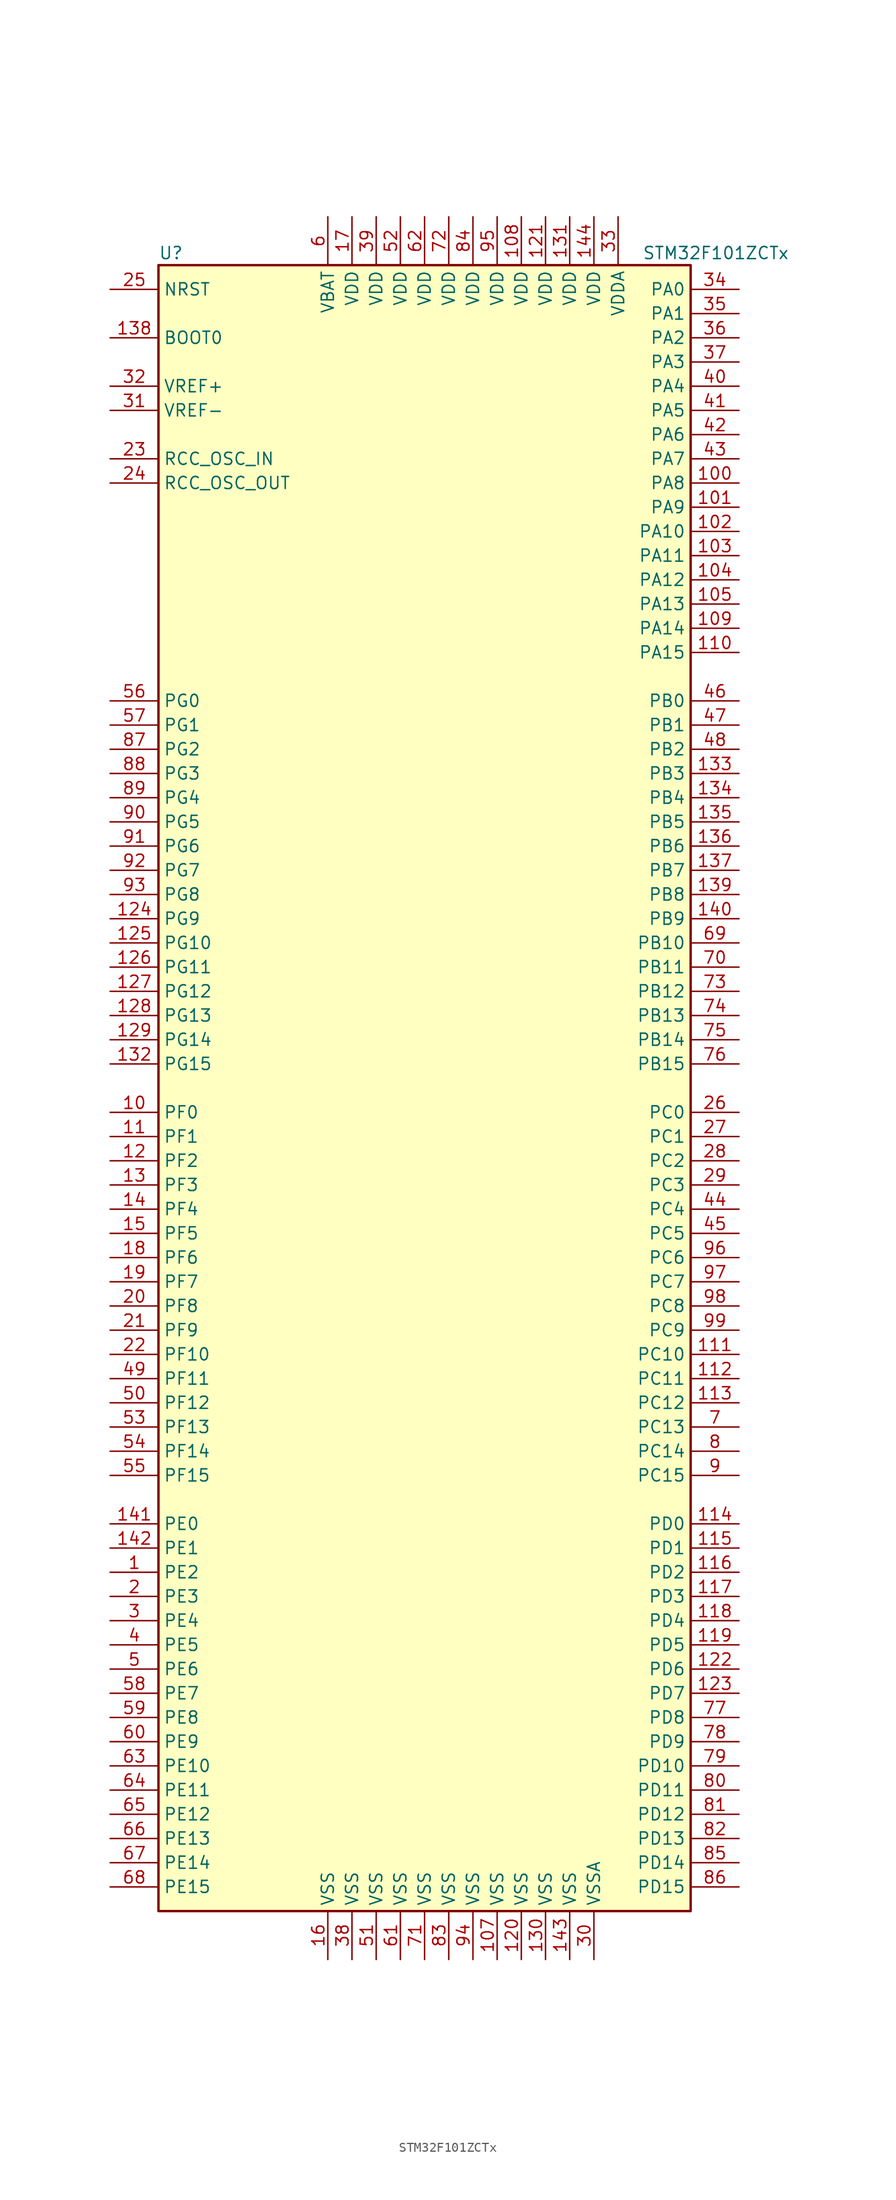
<source format=kicad_sym>
(kicad_symbol_lib
  (version 20211014)
  (generator kicad_symbol_editor)
  (symbol "STM32F101ZCTx"
    (property "Reference" "U"
      (at -27.94 87.63 0)
      (effects (font (size 1.27 1.27)) (justify left)))
    (property "Value" "STM32F101ZCTx"
      (at 22.86 87.63 0)
      (effects (font (size 1.27 1.27)) (justify left)))
    (symbol "STM32F101ZCTx_0_1"
      (rectangle (start -27.94 -86.36) (end 27.94 86.36) (stroke (width 0.254) (type default) (color 0 0 0 0)) (fill (type background))))
    (symbol "STM32F101ZCTx_1_1"
      (pin bidirectional line (at -33.02 -50.8 0) (length 5.08) (name "PE2" (effects (font (size 1.27 1.27)))) (number "1" (effects (font (size 1.27 1.27)))))
      (pin bidirectional line (at -33.02 -2.54 0) (length 5.08) (name "PF0" (effects (font (size 1.27 1.27)))) (number "10" (effects (font (size 1.27 1.27)))))
      (pin bidirectional line (at 33.02 63.5 180) (length 5.08) (name "PA8" (effects (font (size 1.27 1.27)))) (number "100" (effects (font (size 1.27 1.27)))))
      (pin bidirectional line (at 33.02 60.96 180) (length 5.08) (name "PA9" (effects (font (size 1.27 1.27)))) (number "101" (effects (font (size 1.27 1.27)))))
      (pin bidirectional line (at 33.02 58.42 180) (length 5.08) (name "PA10" (effects (font (size 1.27 1.27)))) (number "102" (effects (font (size 1.27 1.27)))))
      (pin bidirectional line (at 33.02 55.88 180) (length 5.08) (name "PA11" (effects (font (size 1.27 1.27)))) (number "103" (effects (font (size 1.27 1.27)))))
      (pin bidirectional line (at 33.02 53.34 180) (length 5.08) (name "PA12" (effects (font (size 1.27 1.27)))) (number "104" (effects (font (size 1.27 1.27)))))
      (pin bidirectional line (at 33.02 50.8 180) (length 5.08) (name "PA13" (effects (font (size 1.27 1.27)))) (number "105" (effects (font (size 1.27 1.27)))))
      (pin no_connect line (at -27.94 -83.82 0) (length 5.08) hide (name "NC" (effects (font (size 1.27 1.27)))) (number "106" (effects (font (size 1.27 1.27)))))
      (pin power_in line (at 7.62 -91.44 90) (length 5.08) (name "VSS" (effects (font (size 1.27 1.27)))) (number "107" (effects (font (size 1.27 1.27)))))
      (pin power_in line (at 10.16 91.44 270) (length 5.08) (name "VDD" (effects (font (size 1.27 1.27)))) (number "108" (effects (font (size 1.27 1.27)))))
      (pin bidirectional line (at 33.02 48.26 180) (length 5.08) (name "PA14" (effects (font (size 1.27 1.27)))) (number "109" (effects (font (size 1.27 1.27)))))
      (pin bidirectional line (at -33.02 -5.08 0) (length 5.08) (name "PF1" (effects (font (size 1.27 1.27)))) (number "11" (effects (font (size 1.27 1.27)))))
      (pin bidirectional line (at 33.02 45.72 180) (length 5.08) (name "PA15" (effects (font (size 1.27 1.27)))) (number "110" (effects (font (size 1.27 1.27)))))
      (pin bidirectional line (at 33.02 -27.94 180) (length 5.08) (name "PC10" (effects (font (size 1.27 1.27)))) (number "111" (effects (font (size 1.27 1.27)))))
      (pin bidirectional line (at 33.02 -30.48 180) (length 5.08) (name "PC11" (effects (font (size 1.27 1.27)))) (number "112" (effects (font (size 1.27 1.27)))))
      (pin bidirectional line (at 33.02 -33.02 180) (length 5.08) (name "PC12" (effects (font (size 1.27 1.27)))) (number "113" (effects (font (size 1.27 1.27)))))
      (pin bidirectional line (at 33.02 -45.72 180) (length 5.08) (name "PD0" (effects (font (size 1.27 1.27)))) (number "114" (effects (font (size 1.27 1.27)))))
      (pin bidirectional line (at 33.02 -48.26 180) (length 5.08) (name "PD1" (effects (font (size 1.27 1.27)))) (number "115" (effects (font (size 1.27 1.27)))))
      (pin bidirectional line (at 33.02 -50.8 180) (length 5.08) (name "PD2" (effects (font (size 1.27 1.27)))) (number "116" (effects (font (size 1.27 1.27)))))
      (pin bidirectional line (at 33.02 -53.34 180) (length 5.08) (name "PD3" (effects (font (size 1.27 1.27)))) (number "117" (effects (font (size 1.27 1.27)))))
      (pin bidirectional line (at 33.02 -55.88 180) (length 5.08) (name "PD4" (effects (font (size 1.27 1.27)))) (number "118" (effects (font (size 1.27 1.27)))))
      (pin bidirectional line (at 33.02 -58.42 180) (length 5.08) (name "PD5" (effects (font (size 1.27 1.27)))) (number "119" (effects (font (size 1.27 1.27)))))
      (pin bidirectional line (at -33.02 -7.62 0) (length 5.08) (name "PF2" (effects (font (size 1.27 1.27)))) (number "12" (effects (font (size 1.27 1.27)))))
      (pin power_in line (at 10.16 -91.44 90) (length 5.08) (name "VSS" (effects (font (size 1.27 1.27)))) (number "120" (effects (font (size 1.27 1.27)))))
      (pin power_in line (at 12.7 91.44 270) (length 5.08) (name "VDD" (effects (font (size 1.27 1.27)))) (number "121" (effects (font (size 1.27 1.27)))))
      (pin bidirectional line (at 33.02 -60.96 180) (length 5.08) (name "PD6" (effects (font (size 1.27 1.27)))) (number "122" (effects (font (size 1.27 1.27)))))
      (pin bidirectional line (at 33.02 -63.5 180) (length 5.08) (name "PD7" (effects (font (size 1.27 1.27)))) (number "123" (effects (font (size 1.27 1.27)))))
      (pin bidirectional line (at -33.02 17.78 0) (length 5.08) (name "PG9" (effects (font (size 1.27 1.27)))) (number "124" (effects (font (size 1.27 1.27)))))
      (pin bidirectional line (at -33.02 15.24 0) (length 5.08) (name "PG10" (effects (font (size 1.27 1.27)))) (number "125" (effects (font (size 1.27 1.27)))))
      (pin bidirectional line (at -33.02 12.7 0) (length 5.08) (name "PG11" (effects (font (size 1.27 1.27)))) (number "126" (effects (font (size 1.27 1.27)))))
      (pin bidirectional line (at -33.02 10.16 0) (length 5.08) (name "PG12" (effects (font (size 1.27 1.27)))) (number "127" (effects (font (size 1.27 1.27)))))
      (pin bidirectional line (at -33.02 7.62 0) (length 5.08) (name "PG13" (effects (font (size 1.27 1.27)))) (number "128" (effects (font (size 1.27 1.27)))))
      (pin bidirectional line (at -33.02 5.08 0) (length 5.08) (name "PG14" (effects (font (size 1.27 1.27)))) (number "129" (effects (font (size 1.27 1.27)))))
      (pin bidirectional line (at -33.02 -10.16 0) (length 5.08) (name "PF3" (effects (font (size 1.27 1.27)))) (number "13" (effects (font (size 1.27 1.27)))))
      (pin power_in line (at 12.7 -91.44 90) (length 5.08) (name "VSS" (effects (font (size 1.27 1.27)))) (number "130" (effects (font (size 1.27 1.27)))))
      (pin power_in line (at 15.24 91.44 270) (length 5.08) (name "VDD" (effects (font (size 1.27 1.27)))) (number "131" (effects (font (size 1.27 1.27)))))
      (pin bidirectional line (at -33.02 2.54 0) (length 5.08) (name "PG15" (effects (font (size 1.27 1.27)))) (number "132" (effects (font (size 1.27 1.27)))))
      (pin bidirectional line (at 33.02 33.02 180) (length 5.08) (name "PB3" (effects (font (size 1.27 1.27)))) (number "133" (effects (font (size 1.27 1.27)))))
      (pin bidirectional line (at 33.02 30.48 180) (length 5.08) (name "PB4" (effects (font (size 1.27 1.27)))) (number "134" (effects (font (size 1.27 1.27)))))
      (pin bidirectional line (at 33.02 27.94 180) (length 5.08) (name "PB5" (effects (font (size 1.27 1.27)))) (number "135" (effects (font (size 1.27 1.27)))))
      (pin bidirectional line (at 33.02 25.4 180) (length 5.08) (name "PB6" (effects (font (size 1.27 1.27)))) (number "136" (effects (font (size 1.27 1.27)))))
      (pin bidirectional line (at 33.02 22.86 180) (length 5.08) (name "PB7" (effects (font (size 1.27 1.27)))) (number "137" (effects (font (size 1.27 1.27)))))
      (pin input line (at -33.02 78.74 0) (length 5.08) (name "BOOT0" (effects (font (size 1.27 1.27)))) (number "138" (effects (font (size 1.27 1.27)))))
      (pin bidirectional line (at 33.02 20.32 180) (length 5.08) (name "PB8" (effects (font (size 1.27 1.27)))) (number "139" (effects (font (size 1.27 1.27)))))
      (pin bidirectional line (at -33.02 -12.7 0) (length 5.08) (name "PF4" (effects (font (size 1.27 1.27)))) (number "14" (effects (font (size 1.27 1.27)))))
      (pin bidirectional line (at 33.02 17.78 180) (length 5.08) (name "PB9" (effects (font (size 1.27 1.27)))) (number "140" (effects (font (size 1.27 1.27)))))
      (pin bidirectional line (at -33.02 -45.72 0) (length 5.08) (name "PE0" (effects (font (size 1.27 1.27)))) (number "141" (effects (font (size 1.27 1.27)))))
      (pin bidirectional line (at -33.02 -48.26 0) (length 5.08) (name "PE1" (effects (font (size 1.27 1.27)))) (number "142" (effects (font (size 1.27 1.27)))))
      (pin power_in line (at 15.24 -91.44 90) (length 5.08) (name "VSS" (effects (font (size 1.27 1.27)))) (number "143" (effects (font (size 1.27 1.27)))))
      (pin power_in line (at 17.78 91.44 270) (length 5.08) (name "VDD" (effects (font (size 1.27 1.27)))) (number "144" (effects (font (size 1.27 1.27)))))
      (pin bidirectional line (at -33.02 -15.24 0) (length 5.08) (name "PF5" (effects (font (size 1.27 1.27)))) (number "15" (effects (font (size 1.27 1.27)))))
      (pin power_in line (at -10.16 -91.44 90) (length 5.08) (name "VSS" (effects (font (size 1.27 1.27)))) (number "16" (effects (font (size 1.27 1.27)))))
      (pin power_in line (at -7.62 91.44 270) (length 5.08) (name "VDD" (effects (font (size 1.27 1.27)))) (number "17" (effects (font (size 1.27 1.27)))))
      (pin bidirectional line (at -33.02 -17.78 0) (length 5.08) (name "PF6" (effects (font (size 1.27 1.27)))) (number "18" (effects (font (size 1.27 1.27)))))
      (pin bidirectional line (at -33.02 -20.32 0) (length 5.08) (name "PF7" (effects (font (size 1.27 1.27)))) (number "19" (effects (font (size 1.27 1.27)))))
      (pin bidirectional line (at -33.02 -53.34 0) (length 5.08) (name "PE3" (effects (font (size 1.27 1.27)))) (number "2" (effects (font (size 1.27 1.27)))))
      (pin bidirectional line (at -33.02 -22.86 0) (length 5.08) (name "PF8" (effects (font (size 1.27 1.27)))) (number "20" (effects (font (size 1.27 1.27)))))
      (pin bidirectional line (at -33.02 -25.4 0) (length 5.08) (name "PF9" (effects (font (size 1.27 1.27)))) (number "21" (effects (font (size 1.27 1.27)))))
      (pin bidirectional line (at -33.02 -27.94 0) (length 5.08) (name "PF10" (effects (font (size 1.27 1.27)))) (number "22" (effects (font (size 1.27 1.27)))))
      (pin input line (at -33.02 66.04 0) (length 5.08) (name "RCC_OSC_IN" (effects (font (size 1.27 1.27)))) (number "23" (effects (font (size 1.27 1.27)))))
      (pin input line (at -33.02 63.5 0) (length 5.08) (name "RCC_OSC_OUT" (effects (font (size 1.27 1.27)))) (number "24" (effects (font (size 1.27 1.27)))))
      (pin input line (at -33.02 83.82 0) (length 5.08) (name "NRST" (effects (font (size 1.27 1.27)))) (number "25" (effects (font (size 1.27 1.27)))))
      (pin bidirectional line (at 33.02 -2.54 180) (length 5.08) (name "PC0" (effects (font (size 1.27 1.27)))) (number "26" (effects (font (size 1.27 1.27)))))
      (pin bidirectional line (at 33.02 -5.08 180) (length 5.08) (name "PC1" (effects (font (size 1.27 1.27)))) (number "27" (effects (font (size 1.27 1.27)))))
      (pin bidirectional line (at 33.02 -7.62 180) (length 5.08) (name "PC2" (effects (font (size 1.27 1.27)))) (number "28" (effects (font (size 1.27 1.27)))))
      (pin bidirectional line (at 33.02 -10.16 180) (length 5.08) (name "PC3" (effects (font (size 1.27 1.27)))) (number "29" (effects (font (size 1.27 1.27)))))
      (pin bidirectional line (at -33.02 -55.88 0) (length 5.08) (name "PE4" (effects (font (size 1.27 1.27)))) (number "3" (effects (font (size 1.27 1.27)))))
      (pin power_in line (at 17.78 -91.44 90) (length 5.08) (name "VSSA" (effects (font (size 1.27 1.27)))) (number "30" (effects (font (size 1.27 1.27)))))
      (pin power_in line (at -33.02 71.12 0) (length 5.08) (name "VREF-" (effects (font (size 1.27 1.27)))) (number "31" (effects (font (size 1.27 1.27)))))
      (pin power_in line (at -33.02 73.66 0) (length 5.08) (name "VREF+" (effects (font (size 1.27 1.27)))) (number "32" (effects (font (size 1.27 1.27)))))
      (pin power_in line (at 20.32 91.44 270) (length 5.08) (name "VDDA" (effects (font (size 1.27 1.27)))) (number "33" (effects (font (size 1.27 1.27)))))
      (pin bidirectional line (at 33.02 83.82 180) (length 5.08) (name "PA0" (effects (font (size 1.27 1.27)))) (number "34" (effects (font (size 1.27 1.27)))))
      (pin bidirectional line (at 33.02 81.28 180) (length 5.08) (name "PA1" (effects (font (size 1.27 1.27)))) (number "35" (effects (font (size 1.27 1.27)))))
      (pin bidirectional line (at 33.02 78.74 180) (length 5.08) (name "PA2" (effects (font (size 1.27 1.27)))) (number "36" (effects (font (size 1.27 1.27)))))
      (pin bidirectional line (at 33.02 76.2 180) (length 5.08) (name "PA3" (effects (font (size 1.27 1.27)))) (number "37" (effects (font (size 1.27 1.27)))))
      (pin power_in line (at -7.62 -91.44 90) (length 5.08) (name "VSS" (effects (font (size 1.27 1.27)))) (number "38" (effects (font (size 1.27 1.27)))))
      (pin power_in line (at -5.08 91.44 270) (length 5.08) (name "VDD" (effects (font (size 1.27 1.27)))) (number "39" (effects (font (size 1.27 1.27)))))
      (pin bidirectional line (at -33.02 -58.42 0) (length 5.08) (name "PE5" (effects (font (size 1.27 1.27)))) (number "4" (effects (font (size 1.27 1.27)))))
      (pin bidirectional line (at 33.02 73.66 180) (length 5.08) (name "PA4" (effects (font (size 1.27 1.27)))) (number "40" (effects (font (size 1.27 1.27)))))
      (pin bidirectional line (at 33.02 71.12 180) (length 5.08) (name "PA5" (effects (font (size 1.27 1.27)))) (number "41" (effects (font (size 1.27 1.27)))))
      (pin bidirectional line (at 33.02 68.58 180) (length 5.08) (name "PA6" (effects (font (size 1.27 1.27)))) (number "42" (effects (font (size 1.27 1.27)))))
      (pin bidirectional line (at 33.02 66.04 180) (length 5.08) (name "PA7" (effects (font (size 1.27 1.27)))) (number "43" (effects (font (size 1.27 1.27)))))
      (pin bidirectional line (at 33.02 -12.7 180) (length 5.08) (name "PC4" (effects (font (size 1.27 1.27)))) (number "44" (effects (font (size 1.27 1.27)))))
      (pin bidirectional line (at 33.02 -15.24 180) (length 5.08) (name "PC5" (effects (font (size 1.27 1.27)))) (number "45" (effects (font (size 1.27 1.27)))))
      (pin bidirectional line (at 33.02 40.64 180) (length 5.08) (name "PB0" (effects (font (size 1.27 1.27)))) (number "46" (effects (font (size 1.27 1.27)))))
      (pin bidirectional line (at 33.02 38.1 180) (length 5.08) (name "PB1" (effects (font (size 1.27 1.27)))) (number "47" (effects (font (size 1.27 1.27)))))
      (pin bidirectional line (at 33.02 35.56 180) (length 5.08) (name "PB2" (effects (font (size 1.27 1.27)))) (number "48" (effects (font (size 1.27 1.27)))))
      (pin bidirectional line (at -33.02 -30.48 0) (length 5.08) (name "PF11" (effects (font (size 1.27 1.27)))) (number "49" (effects (font (size 1.27 1.27)))))
      (pin bidirectional line (at -33.02 -60.96 0) (length 5.08) (name "PE6" (effects (font (size 1.27 1.27)))) (number "5" (effects (font (size 1.27 1.27)))))
      (pin bidirectional line (at -33.02 -33.02 0) (length 5.08) (name "PF12" (effects (font (size 1.27 1.27)))) (number "50" (effects (font (size 1.27 1.27)))))
      (pin power_in line (at -5.08 -91.44 90) (length 5.08) (name "VSS" (effects (font (size 1.27 1.27)))) (number "51" (effects (font (size 1.27 1.27)))))
      (pin power_in line (at -2.54 91.44 270) (length 5.08) (name "VDD" (effects (font (size 1.27 1.27)))) (number "52" (effects (font (size 1.27 1.27)))))
      (pin bidirectional line (at -33.02 -35.56 0) (length 5.08) (name "PF13" (effects (font (size 1.27 1.27)))) (number "53" (effects (font (size 1.27 1.27)))))
      (pin bidirectional line (at -33.02 -38.1 0) (length 5.08) (name "PF14" (effects (font (size 1.27 1.27)))) (number "54" (effects (font (size 1.27 1.27)))))
      (pin bidirectional line (at -33.02 -40.64 0) (length 5.08) (name "PF15" (effects (font (size 1.27 1.27)))) (number "55" (effects (font (size 1.27 1.27)))))
      (pin bidirectional line (at -33.02 40.64 0) (length 5.08) (name "PG0" (effects (font (size 1.27 1.27)))) (number "56" (effects (font (size 1.27 1.27)))))
      (pin bidirectional line (at -33.02 38.1 0) (length 5.08) (name "PG1" (effects (font (size 1.27 1.27)))) (number "57" (effects (font (size 1.27 1.27)))))
      (pin bidirectional line (at -33.02 -63.5 0) (length 5.08) (name "PE7" (effects (font (size 1.27 1.27)))) (number "58" (effects (font (size 1.27 1.27)))))
      (pin bidirectional line (at -33.02 -66.04 0) (length 5.08) (name "PE8" (effects (font (size 1.27 1.27)))) (number "59" (effects (font (size 1.27 1.27)))))
      (pin power_in line (at -10.16 91.44 270) (length 5.08) (name "VBAT" (effects (font (size 1.27 1.27)))) (number "6" (effects (font (size 1.27 1.27)))))
      (pin bidirectional line (at -33.02 -68.58 0) (length 5.08) (name "PE9" (effects (font (size 1.27 1.27)))) (number "60" (effects (font (size 1.27 1.27)))))
      (pin power_in line (at -2.54 -91.44 90) (length 5.08) (name "VSS" (effects (font (size 1.27 1.27)))) (number "61" (effects (font (size 1.27 1.27)))))
      (pin power_in line (at 0 91.44 270) (length 5.08) (name "VDD" (effects (font (size 1.27 1.27)))) (number "62" (effects (font (size 1.27 1.27)))))
      (pin bidirectional line (at -33.02 -71.12 0) (length 5.08) (name "PE10" (effects (font (size 1.27 1.27)))) (number "63" (effects (font (size 1.27 1.27)))))
      (pin bidirectional line (at -33.02 -73.66 0) (length 5.08) (name "PE11" (effects (font (size 1.27 1.27)))) (number "64" (effects (font (size 1.27 1.27)))))
      (pin bidirectional line (at -33.02 -76.2 0) (length 5.08) (name "PE12" (effects (font (size 1.27 1.27)))) (number "65" (effects (font (size 1.27 1.27)))))
      (pin bidirectional line (at -33.02 -78.74 0) (length 5.08) (name "PE13" (effects (font (size 1.27 1.27)))) (number "66" (effects (font (size 1.27 1.27)))))
      (pin bidirectional line (at -33.02 -81.28 0) (length 5.08) (name "PE14" (effects (font (size 1.27 1.27)))) (number "67" (effects (font (size 1.27 1.27)))))
      (pin bidirectional line (at -33.02 -83.82 0) (length 5.08) (name "PE15" (effects (font (size 1.27 1.27)))) (number "68" (effects (font (size 1.27 1.27)))))
      (pin bidirectional line (at 33.02 15.24 180) (length 5.08) (name "PB10" (effects (font (size 1.27 1.27)))) (number "69" (effects (font (size 1.27 1.27)))))
      (pin bidirectional line (at 33.02 -35.56 180) (length 5.08) (name "PC13" (effects (font (size 1.27 1.27)))) (number "7" (effects (font (size 1.27 1.27)))))
      (pin bidirectional line (at 33.02 12.7 180) (length 5.08) (name "PB11" (effects (font (size 1.27 1.27)))) (number "70" (effects (font (size 1.27 1.27)))))
      (pin power_in line (at 0 -91.44 90) (length 5.08) (name "VSS" (effects (font (size 1.27 1.27)))) (number "71" (effects (font (size 1.27 1.27)))))
      (pin power_in line (at 2.54 91.44 270) (length 5.08) (name "VDD" (effects (font (size 1.27 1.27)))) (number "72" (effects (font (size 1.27 1.27)))))
      (pin bidirectional line (at 33.02 10.16 180) (length 5.08) (name "PB12" (effects (font (size 1.27 1.27)))) (number "73" (effects (font (size 1.27 1.27)))))
      (pin bidirectional line (at 33.02 7.62 180) (length 5.08) (name "PB13" (effects (font (size 1.27 1.27)))) (number "74" (effects (font (size 1.27 1.27)))))
      (pin bidirectional line (at 33.02 5.08 180) (length 5.08) (name "PB14" (effects (font (size 1.27 1.27)))) (number "75" (effects (font (size 1.27 1.27)))))
      (pin bidirectional line (at 33.02 2.54 180) (length 5.08) (name "PB15" (effects (font (size 1.27 1.27)))) (number "76" (effects (font (size 1.27 1.27)))))
      (pin bidirectional line (at 33.02 -66.04 180) (length 5.08) (name "PD8" (effects (font (size 1.27 1.27)))) (number "77" (effects (font (size 1.27 1.27)))))
      (pin bidirectional line (at 33.02 -68.58 180) (length 5.08) (name "PD9" (effects (font (size 1.27 1.27)))) (number "78" (effects (font (size 1.27 1.27)))))
      (pin bidirectional line (at 33.02 -71.12 180) (length 5.08) (name "PD10" (effects (font (size 1.27 1.27)))) (number "79" (effects (font (size 1.27 1.27)))))
      (pin bidirectional line (at 33.02 -38.1 180) (length 5.08) (name "PC14" (effects (font (size 1.27 1.27)))) (number "8" (effects (font (size 1.27 1.27)))))
      (pin bidirectional line (at 33.02 -73.66 180) (length 5.08) (name "PD11" (effects (font (size 1.27 1.27)))) (number "80" (effects (font (size 1.27 1.27)))))
      (pin bidirectional line (at 33.02 -76.2 180) (length 5.08) (name "PD12" (effects (font (size 1.27 1.27)))) (number "81" (effects (font (size 1.27 1.27)))))
      (pin bidirectional line (at 33.02 -78.74 180) (length 5.08) (name "PD13" (effects (font (size 1.27 1.27)))) (number "82" (effects (font (size 1.27 1.27)))))
      (pin power_in line (at 2.54 -91.44 90) (length 5.08) (name "VSS" (effects (font (size 1.27 1.27)))) (number "83" (effects (font (size 1.27 1.27)))))
      (pin power_in line (at 5.08 91.44 270) (length 5.08) (name "VDD" (effects (font (size 1.27 1.27)))) (number "84" (effects (font (size 1.27 1.27)))))
      (pin bidirectional line (at 33.02 -81.28 180) (length 5.08) (name "PD14" (effects (font (size 1.27 1.27)))) (number "85" (effects (font (size 1.27 1.27)))))
      (pin bidirectional line (at 33.02 -83.82 180) (length 5.08) (name "PD15" (effects (font (size 1.27 1.27)))) (number "86" (effects (font (size 1.27 1.27)))))
      (pin bidirectional line (at -33.02 35.56 0) (length 5.08) (name "PG2" (effects (font (size 1.27 1.27)))) (number "87" (effects (font (size 1.27 1.27)))))
      (pin bidirectional line (at -33.02 33.02 0) (length 5.08) (name "PG3" (effects (font (size 1.27 1.27)))) (number "88" (effects (font (size 1.27 1.27)))))
      (pin bidirectional line (at -33.02 30.48 0) (length 5.08) (name "PG4" (effects (font (size 1.27 1.27)))) (number "89" (effects (font (size 1.27 1.27)))))
      (pin bidirectional line (at 33.02 -40.64 180) (length 5.08) (name "PC15" (effects (font (size 1.27 1.27)))) (number "9" (effects (font (size 1.27 1.27)))))
      (pin bidirectional line (at -33.02 27.94 0) (length 5.08) (name "PG5" (effects (font (size 1.27 1.27)))) (number "90" (effects (font (size 1.27 1.27)))))
      (pin bidirectional line (at -33.02 25.4 0) (length 5.08) (name "PG6" (effects (font (size 1.27 1.27)))) (number "91" (effects (font (size 1.27 1.27)))))
      (pin bidirectional line (at -33.02 22.86 0) (length 5.08) (name "PG7" (effects (font (size 1.27 1.27)))) (number "92" (effects (font (size 1.27 1.27)))))
      (pin bidirectional line (at -33.02 20.32 0) (length 5.08) (name "PG8" (effects (font (size 1.27 1.27)))) (number "93" (effects (font (size 1.27 1.27)))))
      (pin power_in line (at 5.08 -91.44 90) (length 5.08) (name "VSS" (effects (font (size 1.27 1.27)))) (number "94" (effects (font (size 1.27 1.27)))))
      (pin power_in line (at 7.62 91.44 270) (length 5.08) (name "VDD" (effects (font (size 1.27 1.27)))) (number "95" (effects (font (size 1.27 1.27)))))
      (pin bidirectional line (at 33.02 -17.78 180) (length 5.08) (name "PC6" (effects (font (size 1.27 1.27)))) (number "96" (effects (font (size 1.27 1.27)))))
      (pin bidirectional line (at 33.02 -20.32 180) (length 5.08) (name "PC7" (effects (font (size 1.27 1.27)))) (number "97" (effects (font (size 1.27 1.27)))))
      (pin bidirectional line (at 33.02 -22.86 180) (length 5.08) (name "PC8" (effects (font (size 1.27 1.27)))) (number "98" (effects (font (size 1.27 1.27)))))
      (pin bidirectional line (at 33.02 -25.4 180) (length 5.08) (name "PC9" (effects (font (size 1.27 1.27)))) (number "99" (effects (font (size 1.27 1.27))))))))
</source>
